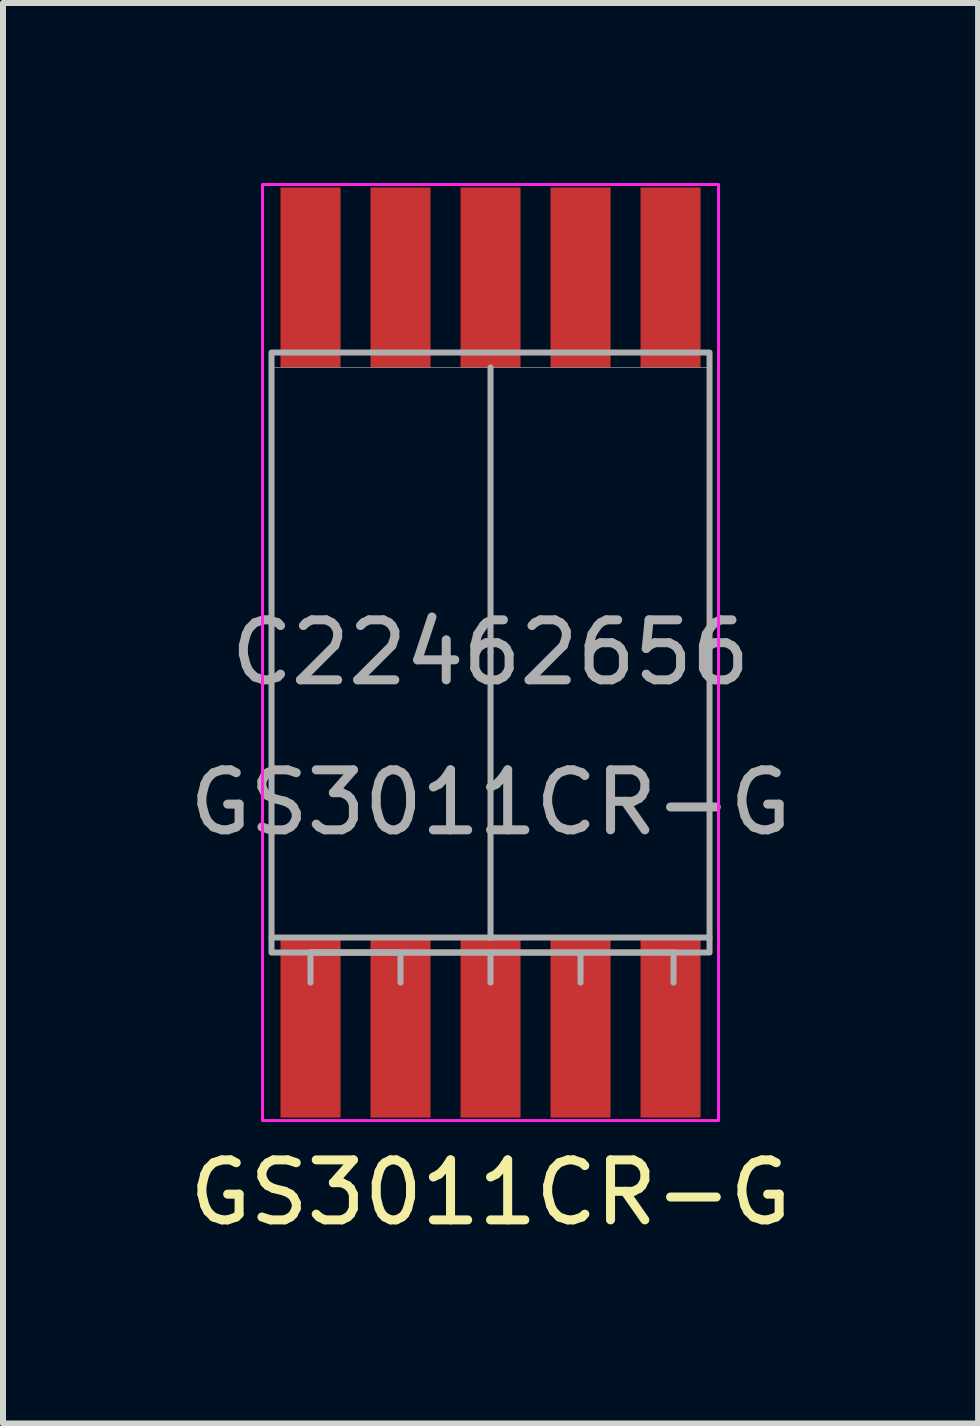
<source format=kicad_pcb>
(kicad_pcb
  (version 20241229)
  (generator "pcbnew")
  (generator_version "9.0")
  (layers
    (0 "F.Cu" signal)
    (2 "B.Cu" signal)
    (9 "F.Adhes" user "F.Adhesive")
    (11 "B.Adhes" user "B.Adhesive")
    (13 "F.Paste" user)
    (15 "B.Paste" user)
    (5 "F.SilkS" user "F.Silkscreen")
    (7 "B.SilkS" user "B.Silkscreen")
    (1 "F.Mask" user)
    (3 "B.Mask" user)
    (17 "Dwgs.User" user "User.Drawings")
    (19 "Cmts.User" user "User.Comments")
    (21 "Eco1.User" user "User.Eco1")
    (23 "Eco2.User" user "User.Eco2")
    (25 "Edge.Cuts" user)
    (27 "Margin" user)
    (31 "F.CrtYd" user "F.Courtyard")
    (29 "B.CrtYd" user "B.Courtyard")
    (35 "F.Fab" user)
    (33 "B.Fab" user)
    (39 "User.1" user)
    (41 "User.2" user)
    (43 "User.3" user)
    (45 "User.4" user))
  (footprint "GS3011CR-G"
    (layer "F.Cu")
    (at 5.125 7.825)
    (property "Reference" "GS3011CR-G" (at 0 9 0) (unlocked yes) (layer "F.SilkS") (effects (font (size 1 1) (thickness 0.15))))
    (property "LCSC" "C22462656" (at 0 0 0) (layer "F.Fab") (effects (font (size 1 1) (thickness 0.15))))
    (attr smd)
    (fp_rect (start -3.8 -7.8) (end 3.8 7.8) (stroke (width 0.05) (type default)) (fill no) (layer "F.CrtYd"))
    (fp_line (start -3 5) (end -3 5.5) (stroke (width 0.1) (type default)) (layer "F.Fab"))
    (fp_line (start -3 5) (end -1.5 5) (stroke (width 0.1) (type default)) (layer "F.Fab"))
    (fp_line (start -1.5 5) (end -1.5 5.5) (stroke (width 0.1) (type default)) (layer "F.Fab"))
    (fp_line (start 0 -4.75) (end -3.65 -4.75) (stroke (width 0.01) (type solid)) (layer "F.Fab"))
    (fp_line (start 0 0) (end 0 -4.75) (stroke (width 0.1) (type default)) (layer "F.Fab"))
    (fp_line (start 0 0) (end 0 4.75) (stroke (width 0.1) (type default)) (layer "F.Fab"))
    (fp_line (start 0 4.75) (end -3.65 4.75) (stroke (width 0.1) (type default)) (layer "F.Fab"))
    (fp_line (start 0 4.75) (end 3.65 4.75) (stroke (width 0.1) (type default)) (layer "F.Fab"))
    (fp_line (start 0 5) (end -3 5) (stroke (width 0.1) (type default)) (layer "F.Fab"))
    (fp_line (start 0 5) (end 0 5.5) (stroke (width 0.1) (type default)) (layer "F.Fab"))
    (fp_line (start 0 5) (end 1.5 5) (stroke (width 0.1) (type default)) (layer "F.Fab"))
    (fp_line (start 1.5 5) (end 1.5 5.5) (stroke (width 0.1) (type default)) (layer "F.Fab"))
    (fp_line (start 1.55 5) (end 3.05 5) (stroke (width 0.1) (type default)) (layer "F.Fab"))
    (fp_line (start 3.05 5) (end 3.05 5.5) (stroke (width 0.1) (type default)) (layer "F.Fab"))
    (fp_line (start 3.65 -4.75) (end 0 -4.75) (stroke (width 0.01) (type solid)) (layer "F.Fab"))
    (fp_rect (start -3.65 -5) (end 3.65 5) (stroke (width 0.1) (type default)) (fill no) (layer "F.Fab"))
    (fp_text user "${REFERENCE}" (at 0 2.5 0) (unlocked yes) (layer "F.Fab") (effects (font (size 1 1) (thickness 0.15))))
    (pad "1" smd rect (at -3 6.25) (size 1 3) (layers "F.Cu" "F.Mask" "F.Paste"))
    (pad "2" smd rect (at -1.5 6.25) (size 1 3) (layers "F.Cu" "F.Mask" "F.Paste"))
    (pad "3" smd rect (at 0 6.25) (size 1 3) (layers "F.Cu" "F.Mask" "F.Paste"))
    (pad "4" smd rect (at 1.5 6.25) (size 1 3) (layers "F.Cu" "F.Mask" "F.Paste"))
    (pad "5" smd rect (at 3 6.25) (size 1 3) (layers "F.Cu" "F.Mask" "F.Paste"))
    (pad "6" smd rect (at 3 -6.25) (size 1 3) (layers "F.Cu" "F.Mask" "F.Paste"))
    (pad "7" smd rect (at 1.5 -6.25) (size 1 3) (layers "F.Cu" "F.Mask" "F.Paste"))
    (pad "8" smd rect (at 0 -6.25) (size 1 3) (layers "F.Cu" "F.Mask" "F.Paste"))
    (pad "9" smd rect (at -1.5 -6.25) (size 1 3) (layers "F.Cu" "F.Mask" "F.Paste"))
    (pad "10" smd rect (at -3 -6.25) (size 1 3) (layers "F.Cu" "F.Mask" "F.Paste")))
  (gr_rect
    (start -3 -3)
    (end 13.25 20.673)
    (stroke (width 0.1) (type default))
    (fill no)
    (layer "Edge.Cuts")))
</source>
